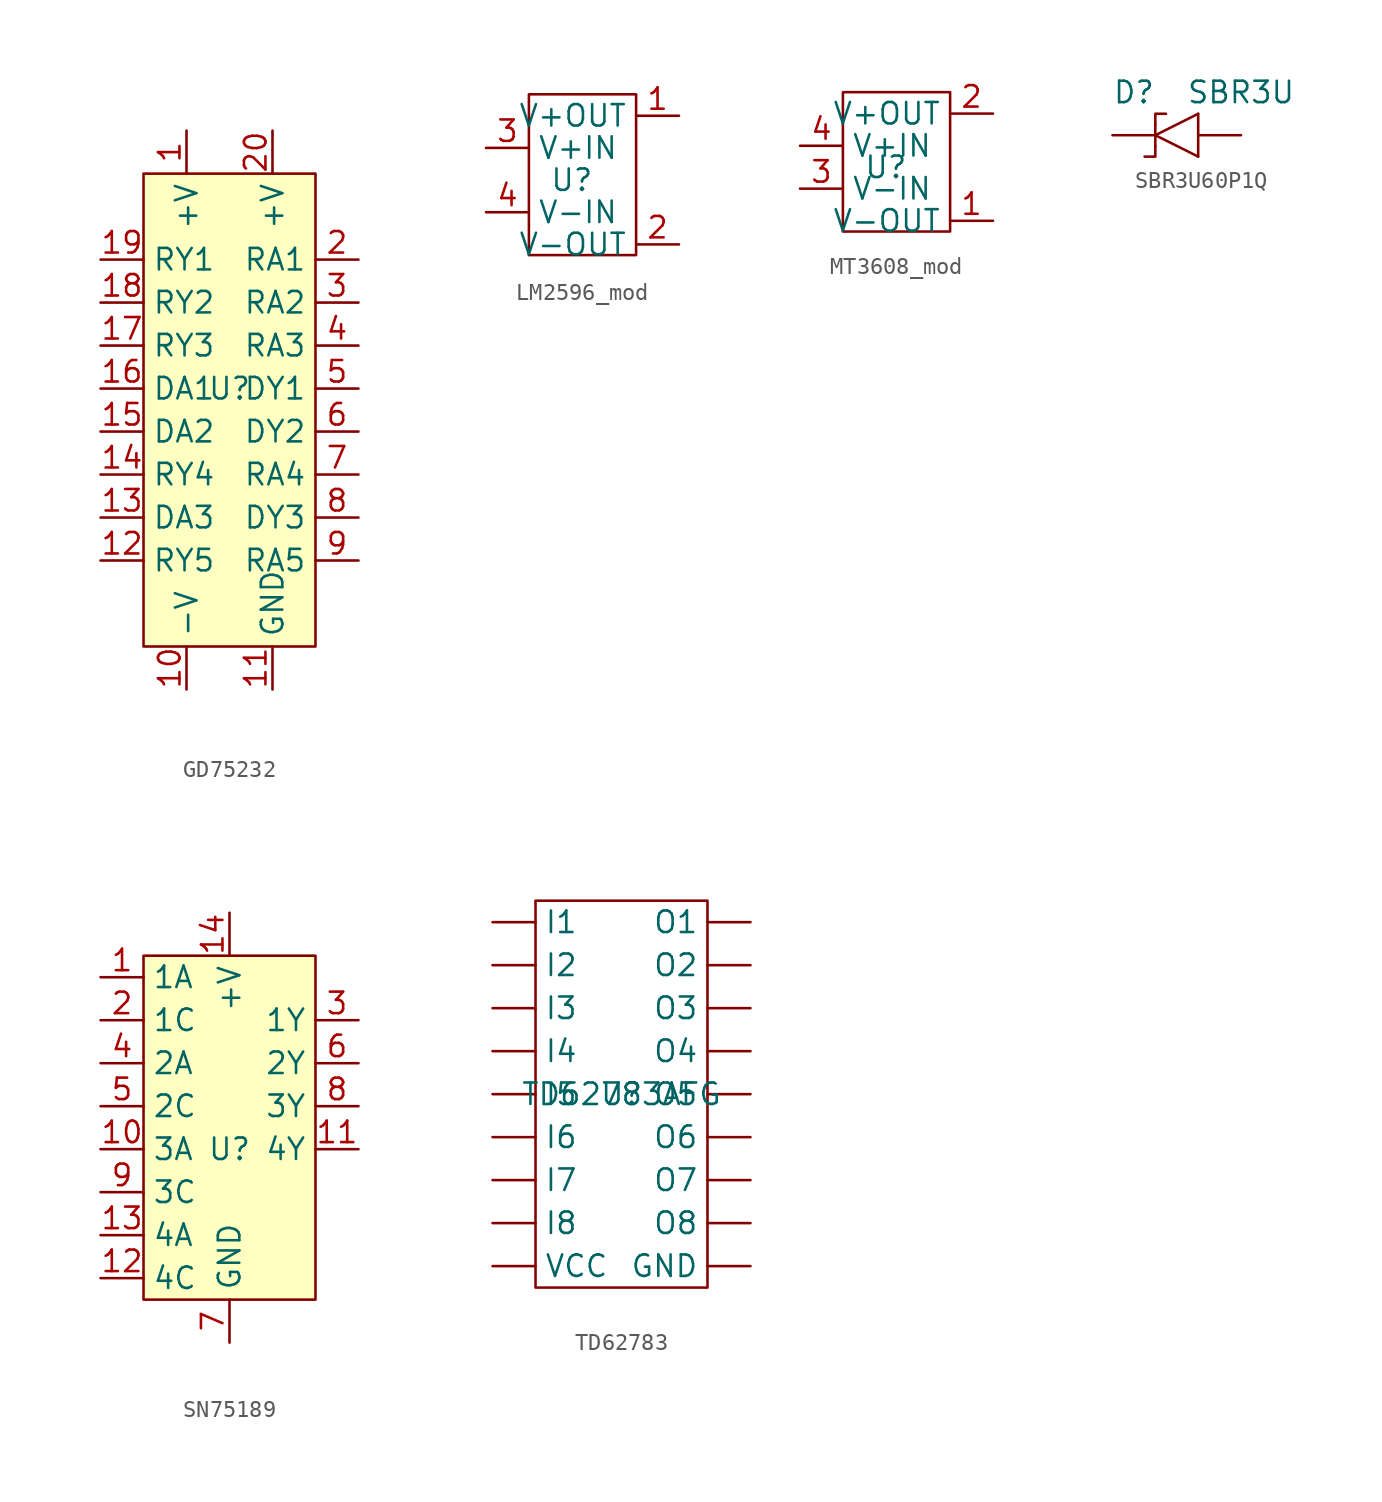
<source format=kicad_sym>
(kicad_symbol_lib
  (version 20241209)
  (generator "kicad_symbol_editor")
  (generator_version "9.0")
  (symbol "GD75232"
    (property "Reference" "U"
      (at 0 0 0)
      (effects (font (size 1.27 1.27))))
    (property "Value" ""
      (at 0 0 0)
      (effects (font (size 1.27 1.27))))
    (symbol "GD75232_0_1"
      (rectangle (start -5.08 12.7) (end 5.08 -15.24) (stroke (width 0) (type default)) (fill (type background))))
    (symbol "GD75232_1_1"
      (pin output line (at -7.62 7.62 0) (length 2.54) (name "RY1" (effects (font (size 1.27 1.27)))) (number "19" (effects (font (size 1.27 1.27)))))
      (pin output line (at -7.62 5.08 0) (length 2.54) (name "RY2" (effects (font (size 1.27 1.27)))) (number "18" (effects (font (size 1.27 1.27)))))
      (pin output line (at -7.62 2.54 0) (length 2.54) (name "RY3" (effects (font (size 1.27 1.27)))) (number "17" (effects (font (size 1.27 1.27)))))
      (pin input line (at -7.62 0 0) (length 2.54) (name "DA1" (effects (font (size 1.27 1.27)))) (number "16" (effects (font (size 1.27 1.27)))))
      (pin input line (at -7.62 -2.54 0) (length 2.54) (name "DA2" (effects (font (size 1.27 1.27)))) (number "15" (effects (font (size 1.27 1.27)))))
      (pin output line (at -7.62 -5.08 0) (length 2.54) (name "RY4" (effects (font (size 1.27 1.27)))) (number "14" (effects (font (size 1.27 1.27)))))
      (pin input line (at -7.62 -7.62 0) (length 2.54) (name "DA3" (effects (font (size 1.27 1.27)))) (number "13" (effects (font (size 1.27 1.27)))))
      (pin output line (at -7.62 -10.16 0) (length 2.54) (name "RY5" (effects (font (size 1.27 1.27)))) (number "12" (effects (font (size 1.27 1.27)))))
      (pin power_in line (at -2.54 15.24 270) (length 2.54) (name "+V" (effects (font (size 1.27 1.27)))) (number "1" (effects (font (size 1.27 1.27)))))
      (pin power_in line (at -2.54 -17.78 90) (length 2.54) (name "-V" (effects (font (size 1.27 1.27)))) (number "10" (effects (font (size 1.27 1.27)))))
      (pin power_in line (at 2.54 15.24 270) (length 2.54) (name "+V" (effects (font (size 1.27 1.27)))) (number "20" (effects (font (size 1.27 1.27)))))
      (pin power_in line (at 2.54 -17.78 90) (length 2.54) (name "GND" (effects (font (size 1.27 1.27)))) (number "11" (effects (font (size 1.27 1.27)))))
      (pin input line (at 7.62 7.62 180) (length 2.54) (name "RA1" (effects (font (size 1.27 1.27)))) (number "2" (effects (font (size 1.27 1.27)))))
      (pin input line (at 7.62 5.08 180) (length 2.54) (name "RA2" (effects (font (size 1.27 1.27)))) (number "3" (effects (font (size 1.27 1.27)))))
      (pin input line (at 7.62 2.54 180) (length 2.54) (name "RA3" (effects (font (size 1.27 1.27)))) (number "4" (effects (font (size 1.27 1.27)))))
      (pin output line (at 7.62 0 180) (length 2.54) (name "DY1" (effects (font (size 1.27 1.27)))) (number "5" (effects (font (size 1.27 1.27)))))
      (pin output line (at 7.62 -2.54 180) (length 2.54) (name "DY2" (effects (font (size 1.27 1.27)))) (number "6" (effects (font (size 1.27 1.27)))))
      (pin input line (at 7.62 -5.08 180) (length 2.54) (name "RA4" (effects (font (size 1.27 1.27)))) (number "7" (effects (font (size 1.27 1.27)))))
      (pin output line (at 7.62 -7.62 180) (length 2.54) (name "DY3" (effects (font (size 1.27 1.27)))) (number "8" (effects (font (size 1.27 1.27)))))
      (pin input line (at 7.62 -10.16 180) (length 2.54) (name "RA5" (effects (font (size 1.27 1.27)))) (number "9" (effects (font (size 1.27 1.27)))))))
  (symbol "LM2596_mod"
    (property "Reference" "U"
      (at 0 0 0)
      (effects (font (size 1.27 1.27))))
    (property "Value" ""
      (at 0 0 0)
      (effects (font (size 1.27 1.27))))
    (symbol "LM2596_mod_0_1"
      (polyline (pts (xy -2.54 5.08) (xy 3.81 5.08) (xy 3.81 -4.445) (xy -2.54 -4.445) (xy -2.54 5.08)) (stroke (width 0) (type default)) (fill (type none))))
    (symbol "LM2596_mod_1_1"
      (pin passive line (at -5.08 1.905 0) (length 2.54) (name "V+IN" (effects (font (size 1.27 1.27)))) (number "3" (effects (font (size 1.27 1.27)))))
      (pin passive line (at -5.08 -1.905 0) (length 2.54) (name "V-IN" (effects (font (size 1.27 1.27)))) (number "4" (effects (font (size 1.27 1.27)))))
      (pin passive line (at 6.35 3.81 180) (length 2.54) (name "V+OUT" (effects (font (size 1.27 1.27)))) (number "1" (effects (font (size 1.27 1.27)))))
      (pin passive line (at 6.35 -3.81 180) (length 2.54) (name "V-OUT" (effects (font (size 1.27 1.27)))) (number "2" (effects (font (size 1.27 1.27)))))))
  (symbol "MT3608_mod"
    (property "Reference" "U"
      (at 0 0 0)
      (effects (font (size 1.27 1.27))))
    (property "Value" ""
      (at 0 0 0)
      (effects (font (size 1.27 1.27))))
    (symbol "MT3608_mod_0_1"
      (polyline (pts (xy -2.54 4.445) (xy 3.81 4.445) (xy 3.81 -3.81) (xy -2.54 -3.81) (xy -2.54 4.445)) (stroke (width 0) (type default)) (fill (type none))))
    (symbol "MT3608_mod_1_1"
      (pin power_in line (at -5.08 1.27 0) (length 2.54) (name "V+IN" (effects (font (size 1.27 1.27)))) (number "4" (effects (font (size 1.27 1.27)))))
      (pin power_in line (at -5.08 -1.27 0) (length 2.54) (name "V-IN" (effects (font (size 1.27 1.27)))) (number "3" (effects (font (size 1.27 1.27)))))
      (pin power_out line (at 6.35 3.175 180) (length 2.54) (name "V+OUT" (effects (font (size 1.27 1.27)))) (number "2" (effects (font (size 1.27 1.27)))))
      (pin power_out line (at 6.35 -3.175 180) (length 2.54) (name "V-OUT" (effects (font (size 1.27 1.27)))) (number "1" (effects (font (size 1.27 1.27)))))))
  (symbol "SBR3U60P1Q"
    (pin_numbers
      (hide yes))
    (pin_names
      (hide yes))
    (property "Reference" "D"
      (at -2.54 2.54 0)
      (effects (font (size 1.27 1.27))))
    (property "Value" "SBR3U"
      (at 3.81 2.54 0)
      (effects (font (size 1.27 1.27))))
    (symbol "SBR3U60P1Q_0_1"
      (polyline (pts (xy -1.905 -1.27) (xy -1.27 -1.27) (xy -1.27 -0.635)) (stroke (width 0) (type default)) (fill (type none)))
      (polyline (pts (xy -1.27 0.635) (xy -1.27 -0.635)) (stroke (width 0) (type default)) (fill (type none)))
      (polyline (pts (xy -1.27 0.635) (xy -1.27 1.27) (xy -0.635 1.27)) (stroke (width 0) (type default)) (fill (type none)))
      (polyline (pts (xy -1.27 0) (xy 1.27 1.27)) (stroke (width 0) (type default)) (fill (type none)))
      (polyline (pts (xy -1.27 0) (xy 1.27 -1.27)) (stroke (width 0) (type default)) (fill (type none)))
      (polyline (pts (xy 1.27 1.27) (xy 1.27 -1.27)) (stroke (width 0) (type default)) (fill (type none))))
    (symbol "SBR3U60P1Q_1_1"
      (pin passive line (at -3.81 0 0) (length 2.54) (name "C" (effects (font (size 1.27 1.27)))) (number "1" (effects (font (size 1.27 1.27)))))
      (pin passive line (at 3.81 0 180) (length 2.54) (name "A" (effects (font (size 1.27 1.27)))) (number "2" (effects (font (size 1.27 1.27)))))))
  (symbol "SN75189"
    (property "Reference" "U"
      (at 0 0 0)
      (effects (font (size 1.27 1.27))))
    (property "Value" ""
      (at 0 0 0)
      (effects (font (size 1.27 1.27))))
    (symbol "SN75189_0_1"
      (rectangle (start -5.08 11.43) (end 5.08 -8.89) (stroke (width 0) (type default)) (fill (type background))))
    (symbol "SN75189_1_1"
      (pin input line (at -7.62 10.16 0) (length 2.54) (name "1A" (effects (font (size 1.27 1.27)))) (number "1" (effects (font (size 1.27 1.27)))))
      (pin input line (at -7.62 7.62 0) (length 2.54) (name "1C" (effects (font (size 1.27 1.27)))) (number "2" (effects (font (size 1.27 1.27)))))
      (pin input line (at -7.62 5.08 0) (length 2.54) (name "2A" (effects (font (size 1.27 1.27)))) (number "4" (effects (font (size 1.27 1.27)))))
      (pin input line (at -7.62 2.54 0) (length 2.54) (name "2C" (effects (font (size 1.27 1.27)))) (number "5" (effects (font (size 1.27 1.27)))))
      (pin input line (at -7.62 0 0) (length 2.54) (name "3A" (effects (font (size 1.27 1.27)))) (number "10" (effects (font (size 1.27 1.27)))))
      (pin input line (at -7.62 -2.54 0) (length 2.54) (name "3C" (effects (font (size 1.27 1.27)))) (number "9" (effects (font (size 1.27 1.27)))))
      (pin input line (at -7.62 -5.08 0) (length 2.54) (name "4A" (effects (font (size 1.27 1.27)))) (number "13" (effects (font (size 1.27 1.27)))))
      (pin input line (at -7.62 -7.62 0) (length 2.54) (name "4C" (effects (font (size 1.27 1.27)))) (number "12" (effects (font (size 1.27 1.27)))))
      (pin power_in line (at 0 13.97 270) (length 2.54) (name "+V" (effects (font (size 1.27 1.27)))) (number "14" (effects (font (size 1.27 1.27)))))
      (pin power_in line (at 0 -11.43 90) (length 2.54) (name "GND" (effects (font (size 1.27 1.27)))) (number "7" (effects (font (size 1.27 1.27)))))
      (pin output line (at 7.62 7.62 180) (length 2.54) (name "1Y" (effects (font (size 1.27 1.27)))) (number "3" (effects (font (size 1.27 1.27)))))
      (pin output line (at 7.62 5.08 180) (length 2.54) (name "2Y" (effects (font (size 1.27 1.27)))) (number "6" (effects (font (size 1.27 1.27)))))
      (pin output line (at 7.62 2.54 180) (length 2.54) (name "3Y" (effects (font (size 1.27 1.27)))) (number "8" (effects (font (size 1.27 1.27)))))
      (pin output line (at 7.62 0 180) (length 2.54) (name "4Y" (effects (font (size 1.27 1.27)))) (number "11" (effects (font (size 1.27 1.27)))))))
  (symbol "TD62783"
    (pin_numbers
      (hide yes))
    (property "Reference" "U"
      (at 0 0 0)
      (effects (font (size 1.27 1.27))))
    (property "Value" "TD62783AFG"
      (at 0 0 0)
      (effects (font (size 1.27 1.27))))
    (symbol "TD62783_0_1"
      (polyline (pts (xy -5.08 11.43) (xy 5.08 11.43) (xy 5.08 -11.43) (xy -5.08 -11.43) (xy -5.08 11.43)) (stroke (width 0) (type default)) (fill (type none))))
    (symbol "TD62783_1_1"
      (pin input line (at -7.62 10.16 0) (length 2.54) (name "I1" (effects (font (size 1.27 1.27)))) (number "1" (effects (font (size 1.27 1.27)))))
      (pin input line (at -7.62 7.62 0) (length 2.54) (name "I2" (effects (font (size 1.27 1.27)))) (number "2" (effects (font (size 1.27 1.27)))))
      (pin input line (at -7.62 5.08 0) (length 2.54) (name "I3" (effects (font (size 1.27 1.27)))) (number "3" (effects (font (size 1.27 1.27)))))
      (pin input line (at -7.62 2.54 0) (length 2.54) (name "I4" (effects (font (size 1.27 1.27)))) (number "4" (effects (font (size 1.27 1.27)))))
      (pin input line (at -7.62 0 0) (length 2.54) (name "I5" (effects (font (size 1.27 1.27)))) (number "5" (effects (font (size 1.27 1.27)))))
      (pin input line (at -7.62 -2.54 0) (length 2.54) (name "I6" (effects (font (size 1.27 1.27)))) (number "6" (effects (font (size 1.27 1.27)))))
      (pin input line (at -7.62 -5.08 0) (length 2.54) (name "I7" (effects (font (size 1.27 1.27)))) (number "7" (effects (font (size 1.27 1.27)))))
      (pin input line (at -7.62 -7.62 0) (length 2.54) (name "I8" (effects (font (size 1.27 1.27)))) (number "8" (effects (font (size 1.27 1.27)))))
      (pin power_in line (at -7.62 -10.16 0) (length 2.54) (name "VCC" (effects (font (size 1.27 1.27)))) (number "9" (effects (font (size 1.27 1.27)))))
      (pin output line (at 7.62 10.16 180) (length 2.54) (name "O1" (effects (font (size 1.27 1.27)))) (number "18" (effects (font (size 1.27 1.27)))))
      (pin output line (at 7.62 7.62 180) (length 2.54) (name "O2" (effects (font (size 1.27 1.27)))) (number "17" (effects (font (size 1.27 1.27)))))
      (pin output line (at 7.62 5.08 180) (length 2.54) (name "O3" (effects (font (size 1.27 1.27)))) (number "16" (effects (font (size 1.27 1.27)))))
      (pin output line (at 7.62 2.54 180) (length 2.54) (name "O4" (effects (font (size 1.27 1.27)))) (number "15" (effects (font (size 1.27 1.27)))))
      (pin output line (at 7.62 0 180) (length 2.54) (name "O5" (effects (font (size 1.27 1.27)))) (number "14" (effects (font (size 1.27 1.27)))))
      (pin output line (at 7.62 -2.54 180) (length 2.54) (name "O6" (effects (font (size 1.27 1.27)))) (number "13" (effects (font (size 1.27 1.27)))))
      (pin output line (at 7.62 -5.08 180) (length 2.54) (name "O7" (effects (font (size 1.27 1.27)))) (number "12" (effects (font (size 1.27 1.27)))))
      (pin output line (at 7.62 -7.62 180) (length 2.54) (name "O8" (effects (font (size 1.27 1.27)))) (number "11" (effects (font (size 1.27 1.27)))))
      (pin power_in line (at 7.62 -10.16 180) (length 2.54) (name "GND" (effects (font (size 1.27 1.27)))) (number "10" (effects (font (size 1.27 1.27))))))))
</source>
